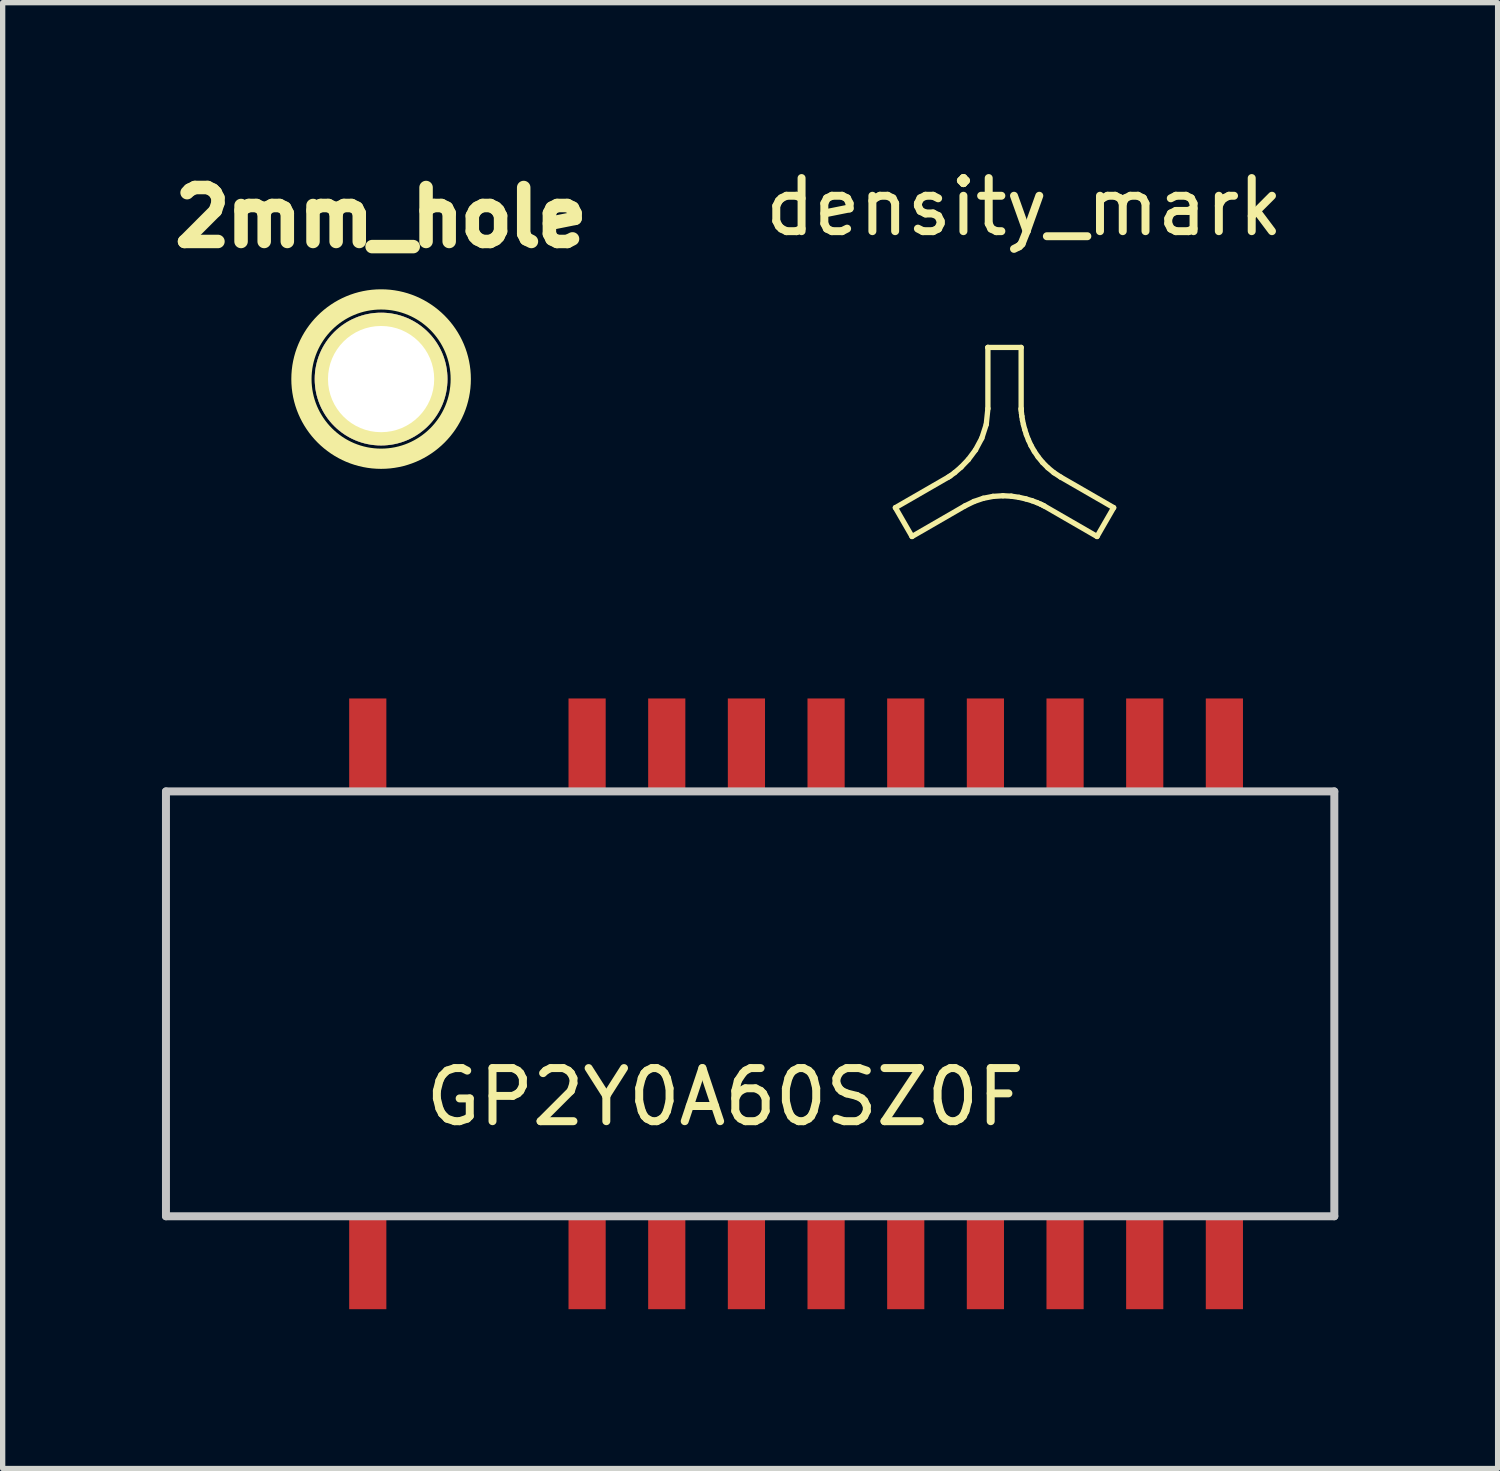
<source format=kicad_pcb>
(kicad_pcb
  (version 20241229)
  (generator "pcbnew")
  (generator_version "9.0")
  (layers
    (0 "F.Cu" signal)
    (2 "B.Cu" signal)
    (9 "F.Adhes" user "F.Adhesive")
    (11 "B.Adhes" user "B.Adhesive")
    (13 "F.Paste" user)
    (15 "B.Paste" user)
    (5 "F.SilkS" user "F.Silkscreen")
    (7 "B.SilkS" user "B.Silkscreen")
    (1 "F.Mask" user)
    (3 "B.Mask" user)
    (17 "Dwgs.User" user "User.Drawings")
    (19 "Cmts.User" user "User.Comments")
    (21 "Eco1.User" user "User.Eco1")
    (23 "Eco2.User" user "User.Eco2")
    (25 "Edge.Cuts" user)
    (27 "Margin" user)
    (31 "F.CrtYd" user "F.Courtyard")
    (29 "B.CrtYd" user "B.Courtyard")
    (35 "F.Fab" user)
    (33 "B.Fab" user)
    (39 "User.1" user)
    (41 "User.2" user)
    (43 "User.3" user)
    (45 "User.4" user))
  (footprint "density_mark"
    (layer "F.Cu")
    (at 15.909 5.773)
    (property "Reference" "density_mark" (at 0.325 -4.925 0) (layer "F.SilkS") (effects (font (size 1 1) (thickness 0.15))))
    (attr through_hole)
    (fp_line (start -2.099 0.736) (end -1.102 0.161) (stroke (width 0.1) (type solid)) (layer "F.SilkS"))
    (fp_line (start -1.786 1.279) (end -2.099 0.736) (stroke (width 0.1) (type solid)) (layer "F.SilkS"))
    (fp_line (start -1.102 0.161) (end -1.067 0.139) (stroke (width 0.1) (type solid)) (layer "F.SilkS"))
    (fp_line (start -1.067 0.139) (end -0.982 0.076) (stroke (width 0.1) (type solid)) (layer "F.SilkS"))
    (fp_line (start -0.982 0.076) (end -0.862 -0.027) (stroke (width 0.1) (type solid)) (layer "F.SilkS"))
    (fp_line (start -0.862 -0.027) (end -0.726 -0.169) (stroke (width 0.1) (type solid)) (layer "F.SilkS"))
    (fp_line (start -0.789 0.703) (end -1.786 1.279) (stroke (width 0.1) (type solid)) (layer "F.SilkS"))
    (fp_line (start -0.726 -0.169) (end -0.59 -0.351) (stroke (width 0.1) (type solid)) (layer "F.SilkS"))
    (fp_line (start -0.62 0.62) (end -0.789 0.703) (stroke (width 0.1) (type solid)) (layer "F.SilkS"))
    (fp_line (start -0.59 -0.351) (end -0.472 -0.572) (stroke (width 0.1) (type solid)) (layer "F.SilkS"))
    (fp_line (start -0.472 -0.572) (end -0.388 -0.831) (stroke (width 0.1) (type solid)) (layer "F.SilkS"))
    (fp_line (start -0.445 0.56) (end -0.62 0.62) (stroke (width 0.1) (type solid)) (layer "F.SilkS"))
    (fp_line (start -0.388 -0.831) (end -0.357 -1.13) (stroke (width 0.1) (type solid)) (layer "F.SilkS"))
    (fp_line (start -0.357 -2.281) (end -0.357 -2.281) (stroke (width 0.1) (type solid)) (layer "F.SilkS"))
    (fp_line (start -0.357 -2.281) (end 0.269 -2.281) (stroke (width 0.1) (type solid)) (layer "F.SilkS"))
    (fp_line (start -0.357 -1.13) (end -0.357 -2.281) (stroke (width 0.1) (type solid)) (layer "F.SilkS"))
    (fp_line (start -0.262 0.524) (end -0.445 0.56) (stroke (width 0.1) (type solid)) (layer "F.SilkS"))
    (fp_line (start -0.073 0.512) (end -0.262 0.524) (stroke (width 0.1) (type solid)) (layer "F.SilkS"))
    (fp_line (start 0.084 0.52) (end -0.073 0.512) (stroke (width 0.1) (type solid)) (layer "F.SilkS"))
    (fp_line (start 0.23 0.542) (end 0.084 0.52) (stroke (width 0.1) (type solid)) (layer "F.SilkS"))
    (fp_line (start 0.269 -2.281) (end 0.269 -1.13) (stroke (width 0.1) (type solid)) (layer "F.SilkS"))
    (fp_line (start 0.269 -1.13) (end 0.27 -1.118) (stroke (width 0.1) (type solid)) (layer "F.SilkS"))
    (fp_line (start 0.27 -1.118) (end 0.271 -1.089) (stroke (width 0.1) (type solid)) (layer "F.SilkS"))
    (fp_line (start 0.271 -1.089) (end 0.275 -1.044) (stroke (width 0.1) (type solid)) (layer "F.SilkS"))
    (fp_line (start 0.275 -1.044) (end 0.283 -0.984) (stroke (width 0.1) (type solid)) (layer "F.SilkS"))
    (fp_line (start 0.283 -0.984) (end 0.294 -0.912) (stroke (width 0.1) (type solid)) (layer "F.SilkS"))
    (fp_line (start 0.294 -0.912) (end 0.312 -0.829) (stroke (width 0.1) (type solid)) (layer "F.SilkS"))
    (fp_line (start 0.312 -0.829) (end 0.336 -0.738) (stroke (width 0.1) (type solid)) (layer "F.SilkS"))
    (fp_line (start 0.336 -0.738) (end 0.367 -0.64) (stroke (width 0.1) (type solid)) (layer "F.SilkS"))
    (fp_line (start 0.361 0.572) (end 0.23 0.542) (stroke (width 0.1) (type solid)) (layer "F.SilkS"))
    (fp_line (start 0.367 -0.64) (end 0.407 -0.537) (stroke (width 0.1) (type solid)) (layer "F.SilkS"))
    (fp_line (start 0.407 -0.537) (end 0.456 -0.431) (stroke (width 0.1) (type solid)) (layer "F.SilkS"))
    (fp_line (start 0.456 -0.431) (end 0.517 -0.324) (stroke (width 0.1) (type solid)) (layer "F.SilkS"))
    (fp_line (start 0.475 0.606) (end 0.361 0.572) (stroke (width 0.1) (type solid)) (layer "F.SilkS"))
    (fp_line (start 0.517 -0.324) (end 0.589 -0.218) (stroke (width 0.1) (type solid)) (layer "F.SilkS"))
    (fp_line (start 0.568 0.641) (end 0.475 0.606) (stroke (width 0.1) (type solid)) (layer "F.SilkS"))
    (fp_line (start 0.589 -0.218) (end 0.673 -0.115) (stroke (width 0.1) (type solid)) (layer "F.SilkS"))
    (fp_line (start 0.639 0.672) (end 0.568 0.641) (stroke (width 0.1) (type solid)) (layer "F.SilkS"))
    (fp_line (start 0.673 -0.115) (end 0.772 -0.016) (stroke (width 0.1) (type solid)) (layer "F.SilkS"))
    (fp_line (start 0.684 0.694) (end 0.639 0.672) (stroke (width 0.1) (type solid)) (layer "F.SilkS"))
    (fp_line (start 0.701 0.703) (end 0.684 0.694) (stroke (width 0.1) (type solid)) (layer "F.SilkS"))
    (fp_line (start 0.772 -0.016) (end 0.885 0.077) (stroke (width 0.1) (type solid)) (layer "F.SilkS"))
    (fp_line (start 0.885 0.077) (end 1.014 0.161) (stroke (width 0.1) (type solid)) (layer "F.SilkS"))
    (fp_line (start 1.014 0.161) (end 2.011 0.736) (stroke (width 0.1) (type solid)) (layer "F.SilkS"))
    (fp_line (start 1.698 1.279) (end 0.701 0.703) (stroke (width 0.1) (type solid)) (layer "F.SilkS"))
    (fp_line (start 2.011 0.736) (end 1.698 1.279) (stroke (width 0.1) (type solid)) (layer "F.SilkS")))
  (footprint "2mm_hole"
    (layer "F.Cu")
    (at 4.126 4.088)
    (property "Reference" "2mm_hole" (at 0 -3.048 0) (layer "F.SilkS") (effects (font (size 1.016 1.016) (thickness 0.254))))
    (attr through_hole)
    (fp_circle (center 0 0) (end 0 -1.5) (stroke (width 0.381) (type solid)) (fill no) (layer "F.SilkS"))
    (pad "1" thru_hole circle (at 0 0) (size 2.5 2.5) (drill 2) (layers "*.Cu" "*.Mask" "F.SilkS")))
  (footprint "GP2Y0A60SZ0F"
    (layer "F.Cu")
    (at 3.875 20.727)
    (property "Reference" "GP2Y0A60SZ0F" (at 6.73 -3.12 0) (layer "F.SilkS") (effects (font (size 1 1) (thickness 0.15))))
    (attr through_hole)
    (fp_line (start -3.8 -8.875) (end -3.8 -0.875) (stroke (width 0.15) (type solid)) (layer "Dwgs.User"))
    (fp_line (start -3.8 -0.875) (end 18.2 -0.875) (stroke (width 0.15) (type solid)) (layer "Dwgs.User"))
    (fp_line (start 18.2 -8.875) (end -3.8 -8.875) (stroke (width 0.15) (type solid)) (layer "Dwgs.User"))
    (fp_line (start 18.2 -0.875) (end 18.2 -8.875) (stroke (width 0.15) (type solid)) (layer "Dwgs.User"))
    (pad "1" smd rect (at 0 0) (size 0.7 1.75) (layers "F.Cu" "F.Mask" "F.Paste"))
    (pad "2" smd rect (at 4.13 0) (size 0.7 1.75) (layers "F.Cu" "F.Mask" "F.Paste"))
    (pad "3" smd rect (at 5.63 0) (size 0.7 1.75) (layers "F.Cu" "F.Mask" "F.Paste"))
    (pad "4" smd rect (at 7.13 0) (size 0.7 1.75) (layers "F.Cu" "F.Mask" "F.Paste"))
    (pad "5" smd rect (at 8.63 0) (size 0.7 1.75) (layers "F.Cu" "F.Mask" "F.Paste"))
    (pad "6" smd rect (at 10.13 0) (size 0.7 1.75) (layers "F.Cu" "F.Mask" "F.Paste"))
    (pad "7" smd rect (at 11.63 0) (size 0.7 1.75) (layers "F.Cu" "F.Mask" "F.Paste"))
    (pad "8" smd rect (at 13.13 0) (size 0.7 1.75) (layers "F.Cu" "F.Mask" "F.Paste"))
    (pad "9" smd rect (at 14.63 0) (size 0.7 1.75) (layers "F.Cu" "F.Mask" "F.Paste"))
    (pad "10" smd rect (at 16.13 0) (size 0.7 1.75) (layers "F.Cu" "F.Mask" "F.Paste"))
    (pad "11" smd rect (at 16.13 -9.75) (size 0.7 1.75) (layers "F.Cu" "F.Mask" "F.Paste"))
    (pad "12" smd rect (at 14.63 -9.75) (size 0.7 1.75) (layers "F.Cu" "F.Mask" "F.Paste"))
    (pad "13" smd rect (at 13.13 -9.75) (size 0.7 1.75) (layers "F.Cu" "F.Mask" "F.Paste"))
    (pad "14" smd rect (at 11.63 -9.75) (size 0.7 1.75) (layers "F.Cu" "F.Mask" "F.Paste"))
    (pad "15" smd rect (at 10.13 -9.75) (size 0.7 1.75) (layers "F.Cu" "F.Mask" "F.Paste"))
    (pad "16" smd rect (at 8.63 -9.75) (size 0.7 1.75) (layers "F.Cu" "F.Mask" "F.Paste"))
    (pad "17" smd rect (at 7.13 -9.75) (size 0.7 1.75) (layers "F.Cu" "F.Mask" "F.Paste"))
    (pad "18" smd rect (at 5.63 -9.75) (size 0.7 1.75) (layers "F.Cu" "F.Mask" "F.Paste"))
    (pad "19" smd rect (at 4.13 -9.75) (size 0.7 1.75) (layers "F.Cu" "F.Mask" "F.Paste"))
    (pad "20" smd rect (at 0 -9.75) (size 0.7 1.75) (layers "F.Cu" "F.Mask" "F.Paste")))
  (gr_rect
    (start -3 -3)
    (end 25.15 24.602)
    (stroke (width 0.1) (type default))
    (fill no)
    (layer "Edge.Cuts")))
</source>
